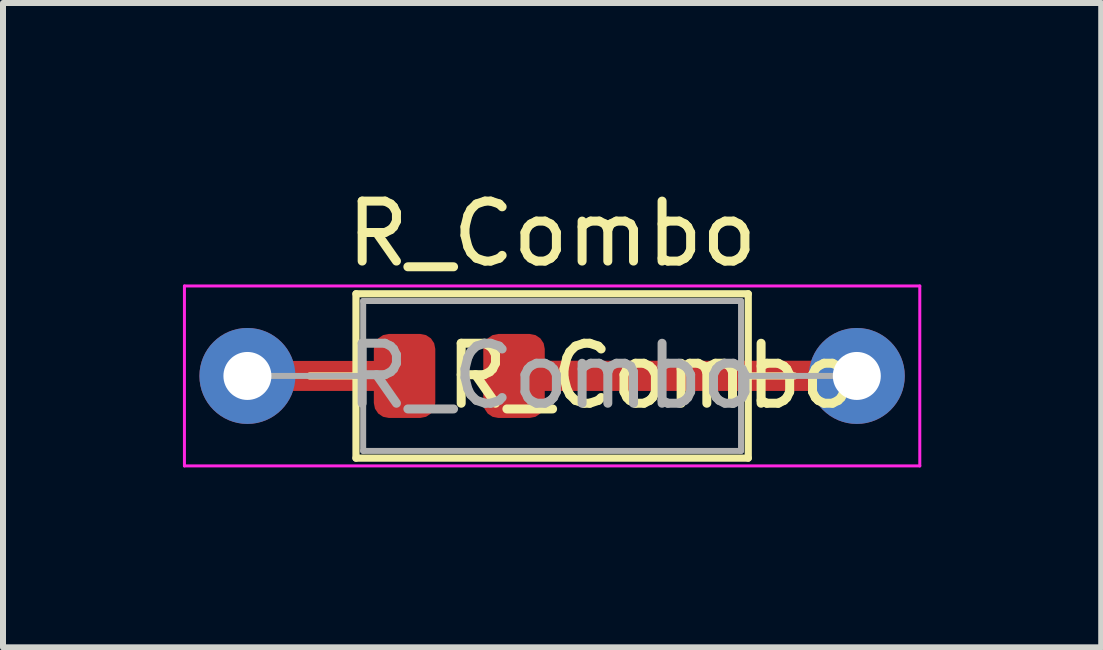
<source format=kicad_pcb>
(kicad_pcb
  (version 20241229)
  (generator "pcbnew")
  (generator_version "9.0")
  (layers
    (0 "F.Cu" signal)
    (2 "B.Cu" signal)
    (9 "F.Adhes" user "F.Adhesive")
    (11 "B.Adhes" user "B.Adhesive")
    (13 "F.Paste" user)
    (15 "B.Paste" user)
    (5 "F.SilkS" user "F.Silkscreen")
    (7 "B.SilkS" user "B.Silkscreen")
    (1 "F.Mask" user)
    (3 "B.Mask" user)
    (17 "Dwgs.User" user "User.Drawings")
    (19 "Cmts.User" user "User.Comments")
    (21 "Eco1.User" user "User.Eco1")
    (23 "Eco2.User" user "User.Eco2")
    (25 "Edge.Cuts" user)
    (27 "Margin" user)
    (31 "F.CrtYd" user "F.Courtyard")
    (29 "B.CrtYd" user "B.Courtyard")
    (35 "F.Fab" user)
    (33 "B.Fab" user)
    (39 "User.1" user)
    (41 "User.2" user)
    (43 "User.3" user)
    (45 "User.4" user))
  (footprint "R_Combo"
    (layer "F.Cu")
    (at 1.075 3.218)
    (property "Reference" "R_Combo" (at 5.08 -2.37 0) (layer "F.SilkS") (effects (font (size 1 1) (thickness 0.15))))
    (property "Value" "R_Combo" (at 5.08 2.37 0) (layer "F.Fab") (hide yes) (effects (font (size 1 1) (thickness 0.15))))
    (attr through_hole)
    (fp_line (start 1.04 0) (end 1.81 0) (stroke (width 0.12) (type solid)) (layer "F.SilkS"))
    (fp_line (start 1.81 -1.37) (end 1.81 1.37) (stroke (width 0.12) (type solid)) (layer "F.SilkS"))
    (fp_line (start 1.81 1.37) (end 8.35 1.37) (stroke (width 0.12) (type solid)) (layer "F.SilkS"))
    (fp_line (start 8.35 -1.37) (end 1.81 -1.37) (stroke (width 0.12) (type solid)) (layer "F.SilkS"))
    (fp_line (start 8.35 1.37) (end 8.35 -1.37) (stroke (width 0.12) (type solid)) (layer "F.SilkS"))
    (fp_line (start 9.12 0) (end 8.35 0) (stroke (width 0.12) (type solid)) (layer "F.SilkS"))
    (fp_line (start -1.05 -1.5) (end -1.05 1.5) (stroke (width 0.05) (type solid)) (layer "F.CrtYd"))
    (fp_line (start -1.05 1.5) (end 11.21 1.5) (stroke (width 0.05) (type solid)) (layer "F.CrtYd"))
    (fp_line (start 11.21 -1.5) (end -1.05 -1.5) (stroke (width 0.05) (type solid)) (layer "F.CrtYd"))
    (fp_line (start 11.21 1.5) (end 11.21 -1.5) (stroke (width 0.05) (type solid)) (layer "F.CrtYd"))
    (fp_line (start 0 0) (end 1.93 0) (stroke (width 0.1) (type solid)) (layer "F.Fab"))
    (fp_line (start 1.93 -1.25) (end 1.93 1.25) (stroke (width 0.1) (type solid)) (layer "F.Fab"))
    (fp_line (start 1.93 1.25) (end 8.23 1.25) (stroke (width 0.1) (type solid)) (layer "F.Fab"))
    (fp_line (start 8.23 -1.25) (end 1.93 -1.25) (stroke (width 0.1) (type solid)) (layer "F.Fab"))
    (fp_line (start 8.23 1.25) (end 8.23 -1.25) (stroke (width 0.1) (type solid)) (layer "F.Fab"))
    (fp_line (start 10.16 0) (end 8.23 0) (stroke (width 0.1) (type solid)) (layer "F.Fab"))
    (fp_text user "${VALUE}" (at 6.731 0 0) (layer "F.SilkS") (effects (font (size 1 1) (thickness 0.15))))
    (fp_text user "${REFERENCE}" (at 5.08 0 0) (layer "F.Fab") (effects (font (size 1 1) (thickness 0.15))))
    (pad "1" thru_hole circle (at 0 0) (size 1.6 1.6) (drill 0.8) (layers "*.Cu" "*.Mask"))
    (pad "1" smd roundrect (at 1.365 0) (size 3.111 0.5) (layers "F.Cu") (roundrect_rratio 0.5))
    (pad "1" smd roundrect (at 2.62 0) (size 1.025 1.4) (layers "F.Cu" "F.Mask" "F.Paste") (roundrect_rratio 0.244))
    (pad "2" smd roundrect (at 4.445 0) (size 1.025 1.4) (layers "F.Cu" "F.Mask" "F.Paste") (roundrect_rratio 0.244))
    (pad "2" smd roundrect (at 7.334 -0.002) (size 6.287 0.504) (layers "F.Cu") (roundrect_rratio 0.5))
    (pad "2" thru_hole oval (at 10.16 0) (size 1.6 1.6) (drill 0.8) (layers "*.Cu" "*.Mask")))
  (gr_rect
    (start -3 -3)
    (end 15.31 7.743)
    (stroke (width 0.1) (type default))
    (fill no)
    (layer "Edge.Cuts")))
</source>
